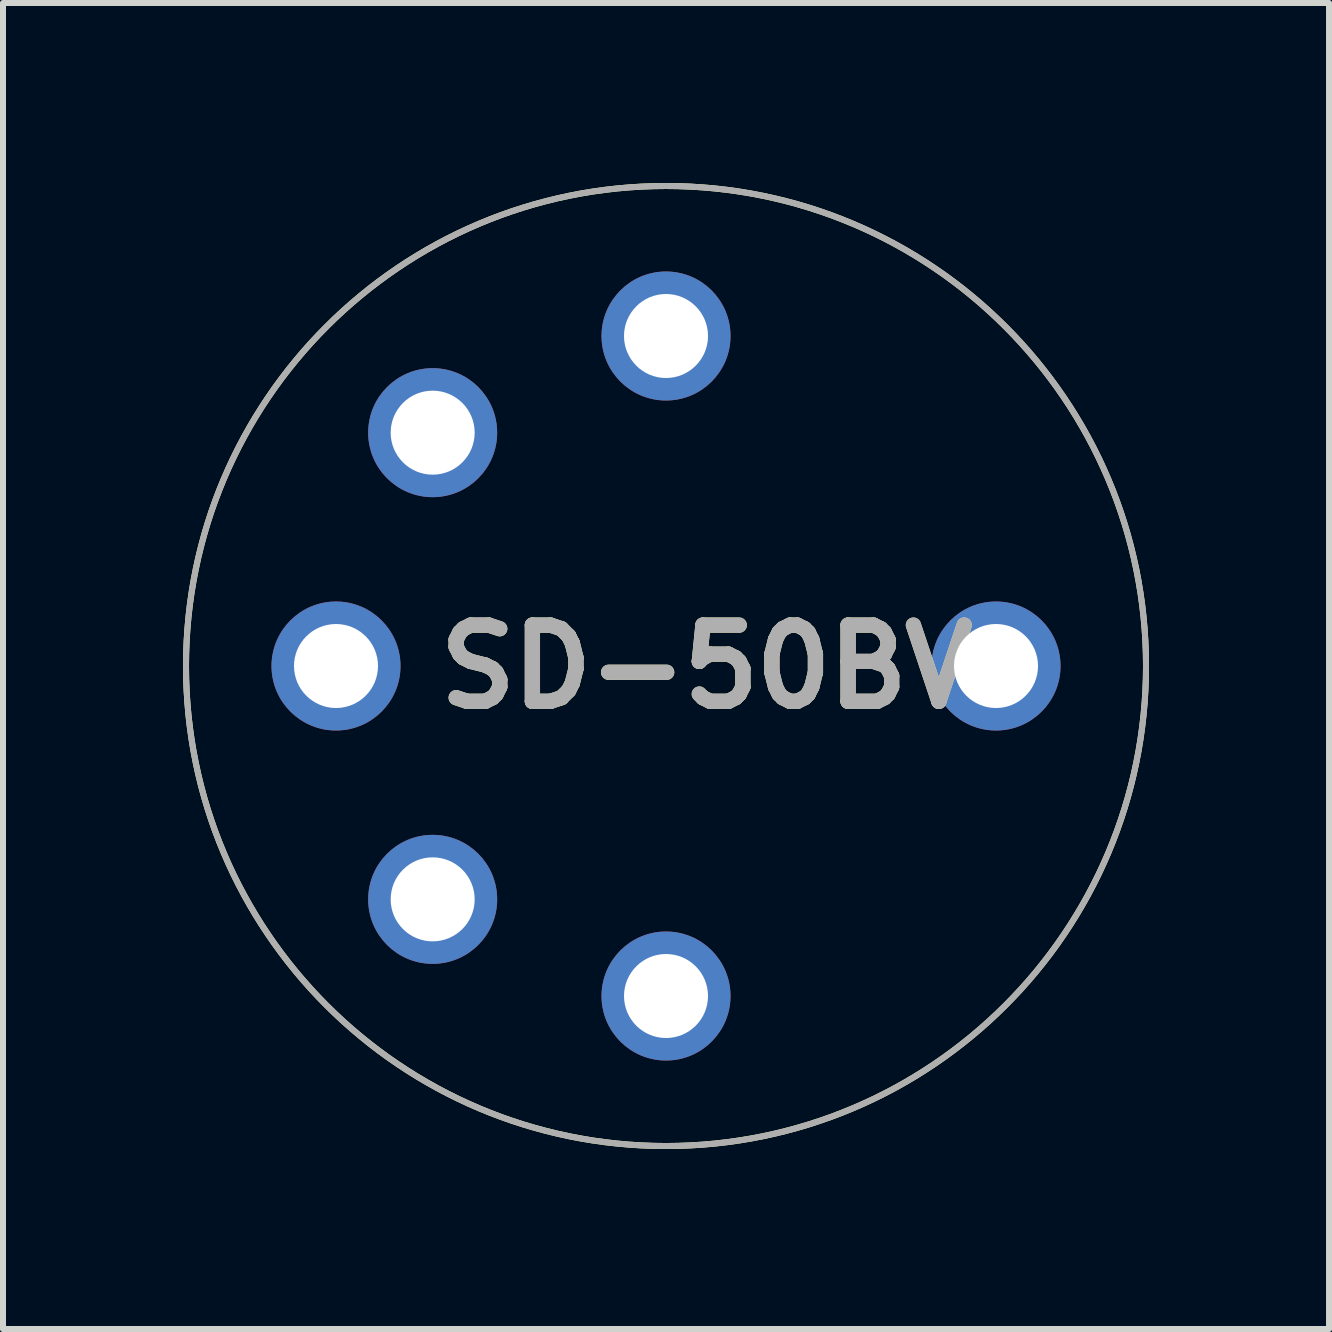
<source format=kicad_pcb>
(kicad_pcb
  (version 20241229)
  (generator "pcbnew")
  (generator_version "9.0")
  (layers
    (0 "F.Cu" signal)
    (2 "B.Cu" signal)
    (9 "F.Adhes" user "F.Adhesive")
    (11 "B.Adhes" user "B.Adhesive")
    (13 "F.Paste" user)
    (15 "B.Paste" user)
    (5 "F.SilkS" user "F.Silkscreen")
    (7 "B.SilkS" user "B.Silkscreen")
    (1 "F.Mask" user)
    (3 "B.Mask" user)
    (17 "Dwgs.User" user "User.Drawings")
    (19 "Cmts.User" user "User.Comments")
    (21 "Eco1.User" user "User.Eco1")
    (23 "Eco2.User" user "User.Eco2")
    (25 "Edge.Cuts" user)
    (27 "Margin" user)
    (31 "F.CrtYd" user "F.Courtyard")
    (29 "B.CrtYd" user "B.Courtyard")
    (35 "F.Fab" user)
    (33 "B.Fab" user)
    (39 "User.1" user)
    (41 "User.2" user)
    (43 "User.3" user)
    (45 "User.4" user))
  (footprint "SD-50BV"
    (layer "F.Cu")
    (at 8.05 8.05)
    (property "Reference" "SD-50BV" (at 0.676 0.014 0) (layer "F.SilkS") (effects (font (size 1.27 1.27) (thickness 0.254))))
    (attr through_hole)
    (fp_circle (center 0 0) (end 0 8) (stroke (width 0.1) (type solid)) (fill no) (layer "F.SilkS"))
    (fp_circle (center 0 0) (end 0 8) (stroke (width 0.1) (type solid)) (fill no) (layer "F.Fab"))
    (fp_text user "${REFERENCE}" (at 0.676 0.014 0) (layer "F.Fab") (effects (font (size 1.27 1.27) (thickness 0.254))))
    (pad "1" thru_hole circle (at 0 5.5) (size 2.15 2.15) (drill 1.4) (layers "*.Cu" "*.Mask"))
    (pad "2" thru_hole circle (at -3.889 3.889) (size 2.15 2.15) (drill 1.4) (layers "*.Cu" "*.Mask"))
    (pad "3" thru_hole circle (at -5.5 0) (size 2.15 2.15) (drill 1.4) (layers "*.Cu" "*.Mask"))
    (pad "4" thru_hole circle (at -3.889 -3.889) (size 2.15 2.15) (drill 1.4) (layers "*.Cu" "*.Mask"))
    (pad "5" thru_hole circle (at 0 -5.5) (size 2.15 2.15) (drill 1.4) (layers "*.Cu" "*.Mask"))
    (pad "6" thru_hole circle (at 5.5 0) (size 2.15 2.15) (drill 1.4) (layers "*.Cu" "*.Mask")))
  (gr_rect
    (start -3 -3)
    (end 19.1 19.1)
    (stroke (width 0.1) (type default))
    (fill no)
    (layer "Edge.Cuts")))
</source>
